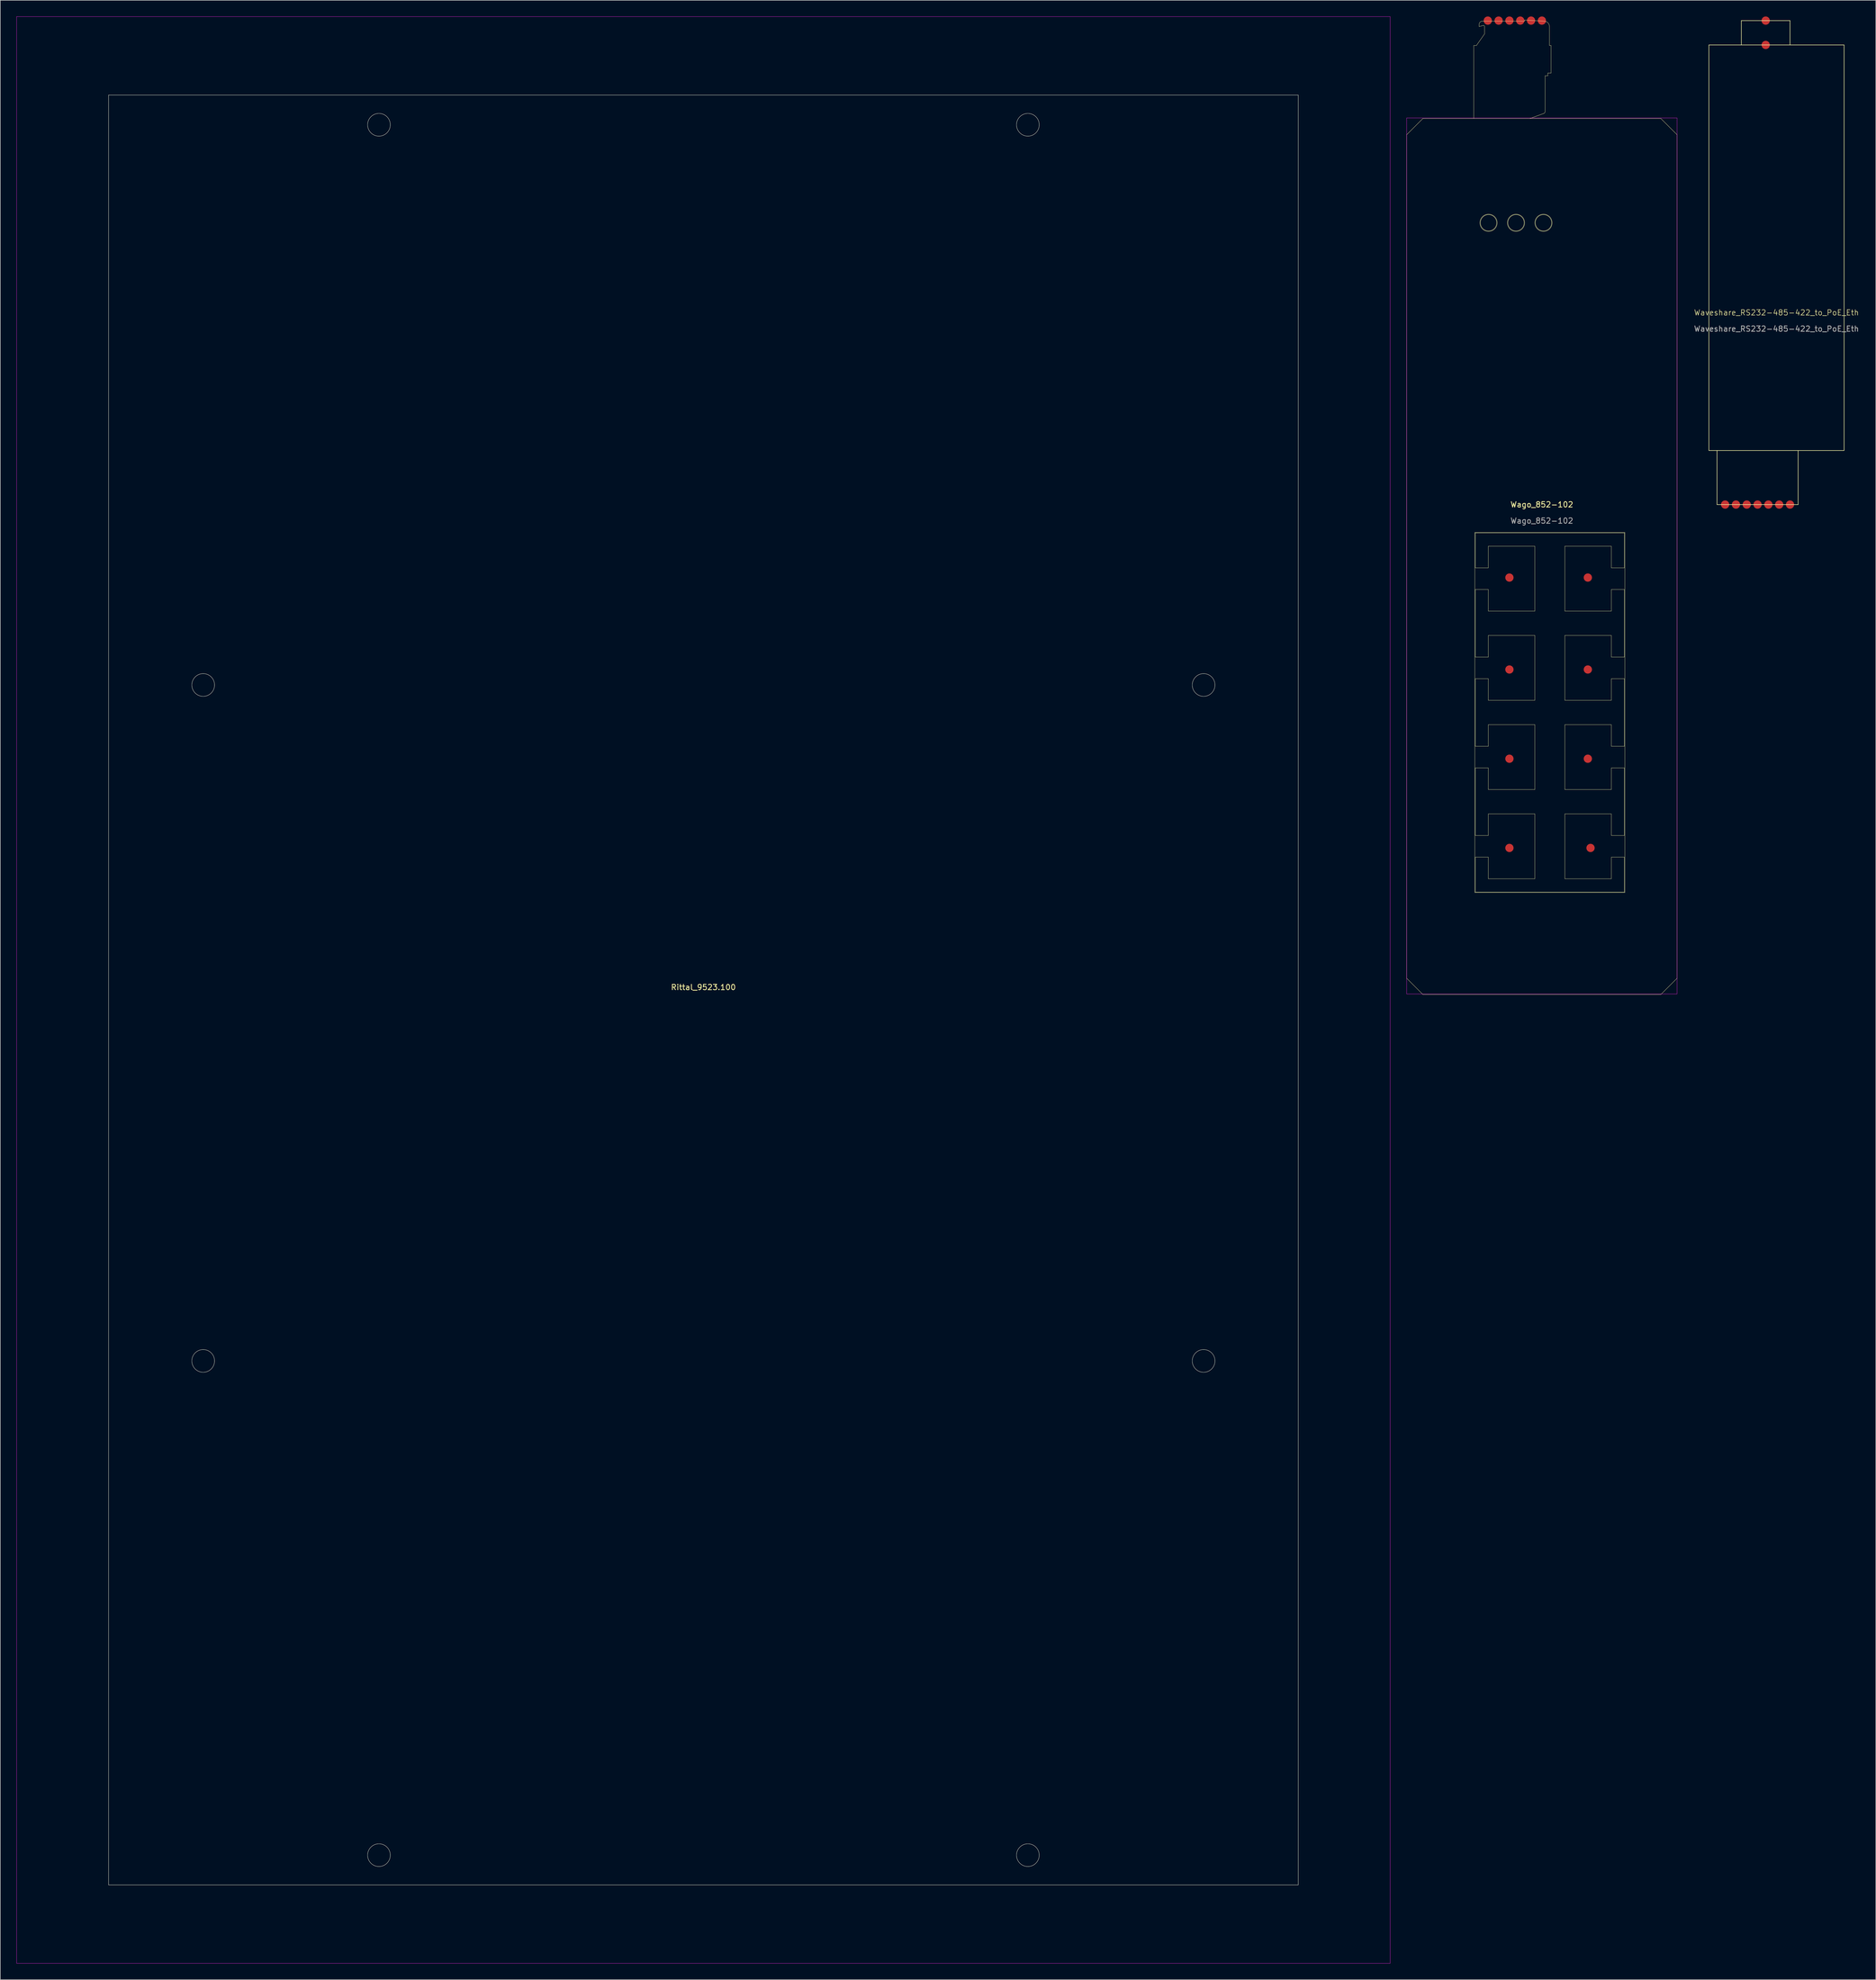
<source format=kicad_pcb>
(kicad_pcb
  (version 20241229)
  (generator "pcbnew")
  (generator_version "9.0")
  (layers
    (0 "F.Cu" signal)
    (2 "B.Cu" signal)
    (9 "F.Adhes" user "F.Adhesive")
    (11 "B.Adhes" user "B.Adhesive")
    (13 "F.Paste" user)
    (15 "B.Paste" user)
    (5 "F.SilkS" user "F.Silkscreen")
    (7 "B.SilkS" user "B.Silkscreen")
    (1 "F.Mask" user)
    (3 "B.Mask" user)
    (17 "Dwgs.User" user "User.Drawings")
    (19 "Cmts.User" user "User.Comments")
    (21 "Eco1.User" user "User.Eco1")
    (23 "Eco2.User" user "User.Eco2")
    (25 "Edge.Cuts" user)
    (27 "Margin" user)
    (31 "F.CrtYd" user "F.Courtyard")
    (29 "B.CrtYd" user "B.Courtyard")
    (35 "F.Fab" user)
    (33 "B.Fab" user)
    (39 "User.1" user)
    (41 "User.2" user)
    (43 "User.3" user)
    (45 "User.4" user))
  (footprint "Wago_852-102"
    (layer "F.Cu")
    (at 282.075 105.962)
    (property "Reference" "Wago_852-102" (at 0 -15.7 0) (unlocked yes) (layer "F.SilkS") (effects (font (size 1 1) (thickness 0.15))))
    (fp_line (start -25 -84.1) (end -25 71.9) (stroke (width 0.05) (type solid)) (layer "F.SilkS"))
    (fp_line (start -25 71.9) (end -22 74.9) (stroke (width 0.05) (type solid)) (layer "F.SilkS"))
    (fp_line (start -22 -87.1) (end -25 -84.1) (stroke (width 0.05) (type solid)) (layer "F.SilkS"))
    (fp_line (start -22 74.9) (end 22 74.9) (stroke (width 0.05) (type solid)) (layer "F.SilkS"))
    (fp_line (start -12.6 -100.6) (end -12.6 -87.1) (stroke (width 0.05) (type solid)) (layer "F.SilkS"))
    (fp_line (start -12.4 -10.555) (end -12.4 56.055) (stroke (width 0.05) (type solid)) (layer "F.SilkS"))
    (fp_line (start -12.4 56.055) (end 15.35 56.055) (stroke (width 0.05) (type solid)) (layer "F.SilkS"))
    (fp_line (start -12.3 -10.455) (end -12.3 -4) (stroke (width 0.05) (type solid)) (layer "F.SilkS"))
    (fp_line (start -12.3 0) (end -12.3 12.5) (stroke (width 0.05) (type solid)) (layer "F.SilkS"))
    (fp_line (start -12.3 0) (end -9.9 0) (stroke (width 0.05) (type solid)) (layer "F.SilkS"))
    (fp_line (start -12.3 16.5) (end -12.3 29) (stroke (width 0.05) (type solid)) (layer "F.SilkS"))
    (fp_line (start -12.3 16.5) (end -9.9 16.5) (stroke (width 0.05) (type solid)) (layer "F.SilkS"))
    (fp_line (start -12.3 33) (end -12.3 45.5) (stroke (width 0.05) (type solid)) (layer "F.SilkS"))
    (fp_line (start -12.3 33) (end -9.9 33) (stroke (width 0.05) (type solid)) (layer "F.SilkS"))
    (fp_line (start -12.3 49.5) (end -12.3 55.955) (stroke (width 0.05) (type solid)) (layer "F.SilkS"))
    (fp_line (start -12.3 49.5) (end -9.9 49.5) (stroke (width 0.05) (type solid)) (layer "F.SilkS"))
    (fp_line (start -12.3 55.955) (end 15.25 55.955) (stroke (width 0.05) (type solid)) (layer "F.SilkS"))
    (fp_line (start -12.1 -100.6) (end -12.6 -100.6) (stroke (width 0.05) (type solid)) (layer "F.SilkS"))
    (fp_line (start -11.6 -104.5) (end -11.6 -104.1) (stroke (width 0.05) (type solid)) (layer "F.SilkS"))
    (fp_line (start -11.6 -104.1) (end -10.852 -104.3) (stroke (width 0.05) (type solid)) (layer "F.SilkS"))
    (fp_line (start -10.6 -104.107) (end -10.6 -102.742) (stroke (width 0.05) (type solid)) (layer "F.SilkS"))
    (fp_line (start -10.6 -102.742) (end -12.1 -100.6) (stroke (width 0.05) (type solid)) (layer "F.SilkS"))
    (fp_line (start -9.9 -8) (end -9.9 -4) (stroke (width 0.05) (type solid)) (layer "F.SilkS"))
    (fp_line (start -9.9 -4) (end -12.3 -4) (stroke (width 0.05) (type solid)) (layer "F.SilkS"))
    (fp_line (start -9.9 0) (end -9.9 4) (stroke (width 0.05) (type solid)) (layer "F.SilkS"))
    (fp_line (start -9.9 4) (end -1.3 4) (stroke (width 0.05) (type solid)) (layer "F.SilkS"))
    (fp_line (start -9.9 8.5) (end -9.9 12.5) (stroke (width 0.05) (type solid)) (layer "F.SilkS"))
    (fp_line (start -9.9 12.5) (end -12.3 12.5) (stroke (width 0.05) (type solid)) (layer "F.SilkS"))
    (fp_line (start -9.9 16.5) (end -9.9 20.5) (stroke (width 0.05) (type solid)) (layer "F.SilkS"))
    (fp_line (start -9.9 20.5) (end -1.3 20.5) (stroke (width 0.05) (type solid)) (layer "F.SilkS"))
    (fp_line (start -9.9 25) (end -9.9 29) (stroke (width 0.05) (type solid)) (layer "F.SilkS"))
    (fp_line (start -9.9 29) (end -12.3 29) (stroke (width 0.05) (type solid)) (layer "F.SilkS"))
    (fp_line (start -9.9 33) (end -9.9 37) (stroke (width 0.05) (type solid)) (layer "F.SilkS"))
    (fp_line (start -9.9 37) (end -1.3 37) (stroke (width 0.05) (type solid)) (layer "F.SilkS"))
    (fp_line (start -9.9 41.5) (end -9.9 45.5) (stroke (width 0.05) (type solid)) (layer "F.SilkS"))
    (fp_line (start -9.9 45.5) (end -12.3 45.5) (stroke (width 0.05) (type solid)) (layer "F.SilkS"))
    (fp_line (start -9.9 49.5) (end -9.9 53.5) (stroke (width 0.05) (type solid)) (layer "F.SilkS"))
    (fp_line (start -9.9 53.5) (end -1.3 53.5) (stroke (width 0.05) (type solid)) (layer "F.SilkS"))
    (fp_line (start -3.2 -105.3) (end -3.2 -105.1) (stroke (width 0.05) (type solid)) (layer "F.SilkS"))
    (fp_line (start -3.2 -105.1) (end -11 -105.1) (stroke (width 0.05) (type solid)) (layer "F.SilkS"))
    (fp_line (start -2.2 -87.1) (end 0.337 -88.023) (stroke (width 0.05) (type solid)) (layer "F.SilkS"))
    (fp_line (start -1.3 -8) (end -9.9 -8) (stroke (width 0.05) (type solid)) (layer "F.SilkS"))
    (fp_line (start -1.3 4) (end -1.3 -8) (stroke (width 0.05) (type solid)) (layer "F.SilkS"))
    (fp_line (start -1.3 8.5) (end -9.9 8.5) (stroke (width 0.05) (type solid)) (layer "F.SilkS"))
    (fp_line (start -1.3 20.5) (end -1.3 8.5) (stroke (width 0.05) (type solid)) (layer "F.SilkS"))
    (fp_line (start -1.3 25) (end -9.9 25) (stroke (width 0.05) (type solid)) (layer "F.SilkS"))
    (fp_line (start -1.3 37) (end -1.3 25) (stroke (width 0.05) (type solid)) (layer "F.SilkS"))
    (fp_line (start -1.3 41.5) (end -9.9 41.5) (stroke (width 0.05) (type solid)) (layer "F.SilkS"))
    (fp_line (start -1.3 53.5) (end -1.3 41.5) (stroke (width 0.05) (type solid)) (layer "F.SilkS"))
    (fp_line (start 0.455 -105.098) (end -3.2 -105.3) (stroke (width 0.05) (type solid)) (layer "F.SilkS"))
    (fp_line (start 0.6 -95) (end 1.1 -95) (stroke (width 0.05) (type solid)) (layer "F.SilkS"))
    (fp_line (start 0.6 -88.399) (end 0.6 -95) (stroke (width 0.05) (type solid)) (layer "F.SilkS"))
    (fp_line (start 1.1 -95.5) (end 1.7 -95.5) (stroke (width 0.05) (type solid)) (layer "F.SilkS"))
    (fp_line (start 1.1 -95) (end 1.1 -95.5) (stroke (width 0.05) (type solid)) (layer "F.SilkS"))
    (fp_line (start 1.4 -100.6) (end 1.4 -104.1) (stroke (width 0.05) (type solid)) (layer "F.SilkS"))
    (fp_line (start 1.7 -100.6) (end 1.4 -100.6) (stroke (width 0.05) (type solid)) (layer "F.SilkS"))
    (fp_line (start 1.7 -95.5) (end 1.7 -100.6) (stroke (width 0.05) (type solid)) (layer "F.SilkS"))
    (fp_line (start 4.25 -8) (end 4.25 4) (stroke (width 0.05) (type solid)) (layer "F.SilkS"))
    (fp_line (start 4.25 4) (end 12.85 4) (stroke (width 0.05) (type solid)) (layer "F.SilkS"))
    (fp_line (start 4.25 8.5) (end 4.25 20.5) (stroke (width 0.05) (type solid)) (layer "F.SilkS"))
    (fp_line (start 4.25 20.5) (end 12.85 20.5) (stroke (width 0.05) (type solid)) (layer "F.SilkS"))
    (fp_line (start 4.25 25) (end 4.25 37) (stroke (width 0.05) (type solid)) (layer "F.SilkS"))
    (fp_line (start 4.25 37) (end 12.85 37) (stroke (width 0.05) (type solid)) (layer "F.SilkS"))
    (fp_line (start 4.25 41.5) (end 4.25 53.5) (stroke (width 0.05) (type solid)) (layer "F.SilkS"))
    (fp_line (start 4.25 53.5) (end 12.85 53.5) (stroke (width 0.05) (type solid)) (layer "F.SilkS"))
    (fp_line (start 12.85 -8) (end 4.25 -8) (stroke (width 0.05) (type solid)) (layer "F.SilkS"))
    (fp_line (start 12.85 -4) (end 12.85 -8) (stroke (width 0.05) (type solid)) (layer "F.SilkS"))
    (fp_line (start 12.85 0) (end 15.25 0) (stroke (width 0.05) (type solid)) (layer "F.SilkS"))
    (fp_line (start 12.85 4) (end 12.85 0) (stroke (width 0.05) (type solid)) (layer "F.SilkS"))
    (fp_line (start 12.85 8.5) (end 4.25 8.5) (stroke (width 0.05) (type solid)) (layer "F.SilkS"))
    (fp_line (start 12.85 12.5) (end 12.85 8.5) (stroke (width 0.05) (type solid)) (layer "F.SilkS"))
    (fp_line (start 12.85 16.5) (end 15.25 16.5) (stroke (width 0.05) (type solid)) (layer "F.SilkS"))
    (fp_line (start 12.85 20.5) (end 12.85 16.5) (stroke (width 0.05) (type solid)) (layer "F.SilkS"))
    (fp_line (start 12.85 25) (end 4.25 25) (stroke (width 0.05) (type solid)) (layer "F.SilkS"))
    (fp_line (start 12.85 29) (end 12.85 25) (stroke (width 0.05) (type solid)) (layer "F.SilkS"))
    (fp_line (start 12.85 33) (end 15.25 33) (stroke (width 0.05) (type solid)) (layer "F.SilkS"))
    (fp_line (start 12.85 37) (end 12.85 33) (stroke (width 0.05) (type solid)) (layer "F.SilkS"))
    (fp_line (start 12.85 41.5) (end 4.25 41.5) (stroke (width 0.05) (type solid)) (layer "F.SilkS"))
    (fp_line (start 12.85 45.5) (end 12.85 41.5) (stroke (width 0.05) (type solid)) (layer "F.SilkS"))
    (fp_line (start 12.85 49.5) (end 15.25 49.5) (stroke (width 0.05) (type solid)) (layer "F.SilkS"))
    (fp_line (start 12.85 53.5) (end 12.85 49.5) (stroke (width 0.05) (type solid)) (layer "F.SilkS"))
    (fp_line (start 15.25 -10.455) (end -12.3 -10.455) (stroke (width 0.05) (type solid)) (layer "F.SilkS"))
    (fp_line (start 15.25 -4) (end 12.85 -4) (stroke (width 0.05) (type solid)) (layer "F.SilkS"))
    (fp_line (start 15.25 -4) (end 15.25 -10.455) (stroke (width 0.05) (type solid)) (layer "F.SilkS"))
    (fp_line (start 15.25 12.5) (end 12.85 12.5) (stroke (width 0.05) (type solid)) (layer "F.SilkS"))
    (fp_line (start 15.25 12.5) (end 15.25 0) (stroke (width 0.05) (type solid)) (layer "F.SilkS"))
    (fp_line (start 15.25 29) (end 12.85 29) (stroke (width 0.05) (type solid)) (layer "F.SilkS"))
    (fp_line (start 15.25 29) (end 15.25 16.5) (stroke (width 0.05) (type solid)) (layer "F.SilkS"))
    (fp_line (start 15.25 45.5) (end 12.85 45.5) (stroke (width 0.05) (type solid)) (layer "F.SilkS"))
    (fp_line (start 15.25 45.5) (end 15.25 33) (stroke (width 0.05) (type solid)) (layer "F.SilkS"))
    (fp_line (start 15.25 55.955) (end 15.25 49.5) (stroke (width 0.05) (type solid)) (layer "F.SilkS"))
    (fp_line (start 15.35 -10.555) (end -12.4 -10.555) (stroke (width 0.05) (type solid)) (layer "F.SilkS"))
    (fp_line (start 15.35 56.055) (end 15.35 -10.555) (stroke (width 0.05) (type solid)) (layer "F.SilkS"))
    (fp_line (start 22 -87.1) (end -22 -87.1) (stroke (width 0.05) (type solid)) (layer "F.SilkS"))
    (fp_line (start 22 74.9) (end 25 71.9) (stroke (width 0.05) (type solid)) (layer "F.SilkS"))
    (fp_line (start 25 -84.1) (end 22 -87.1) (stroke (width 0.05) (type solid)) (layer "F.SilkS"))
    (fp_line (start 25 71.9) (end 25 -84.1) (stroke (width 0.05) (type solid)) (layer "F.SilkS"))
    (fp_arc (start -11.6 -104.5) (mid -11.424264 -104.924264) (end -11 -105.1) (stroke (width 0.05) (type solid)) (layer "F.SilkS"))
    (fp_arc (start -10.851764 -104.300185) (mid -10.678248 -104.265671) (end -10.6 -104.107) (stroke (width 0.05) (type solid)) (layer "F.SilkS"))
    (fp_arc (start 0.45505 -105.098484) (mid 1.126309 -104.787368) (end 1.4 -104.1) (stroke (width 0.05) (type solid)) (layer "F.SilkS"))
    (fp_arc (start 0.6 -88.399) (mid 0.527661 -88.169569) (end 0.336808 -88.023123) (stroke (width 0.05) (type solid)) (layer "F.SilkS"))
    (fp_circle (center -9.86 -67.81) (end -8.36 -67.81) (stroke (width 0.05) (type solid)) (fill no) (layer "F.SilkS"))
    (fp_circle (center -9.86 -67.81) (end -8.26 -67.81) (stroke (width 0.05) (type solid)) (fill no) (layer "F.SilkS"))
    (fp_circle (center -4.78 -67.81) (end -3.28 -67.81) (stroke (width 0.05) (type solid)) (fill no) (layer "F.SilkS"))
    (fp_circle (center -4.78 -67.81) (end -3.18 -67.81) (stroke (width 0.05) (type solid)) (fill no) (layer "F.SilkS"))
    (fp_circle (center 0.3 -67.81) (end 1.8 -67.81) (stroke (width 0.05) (type solid)) (fill no) (layer "F.SilkS"))
    (fp_circle (center 0.3 -67.81) (end 1.9 -67.81) (stroke (width 0.05) (type solid)) (fill no) (layer "F.SilkS"))
    (fp_rect (start -25 -87.2) (end 25 74.8) (stroke (width 0.05) (type solid)) (fill no) (layer "F.CrtYd"))
    (fp_text user "${REFERENCE}" (at 0 -12.7 0) (unlocked yes) (layer "F.Fab") (effects (font (size 1 1) (thickness 0.15))))
    (pad "1" smd circle (at -10 -105.2) (size 1.524 1.524) (layers "F.Cu" "F.Mask" "F.Paste"))
    (pad "2" smd circle (at -8 -105.2) (size 1.524 1.524) (layers "F.Cu" "F.Mask" "F.Paste"))
    (pad "3" smd circle (at -6 -105.2) (size 1.524 1.524) (layers "F.Cu" "F.Mask" "F.Paste"))
    (pad "4" smd circle (at -4 -105.2) (size 1.524 1.524) (layers "F.Cu" "F.Mask" "F.Paste"))
    (pad "5" smd circle (at -6 -2.2) (size 1.524 1.524) (layers "F.Cu" "F.Mask" "F.Paste"))
    (pad "6" smd circle (at 8.5 -2.2) (size 1.524 1.524) (layers "F.Cu" "F.Mask" "F.Paste"))
    (pad "7" smd circle (at -6 14.8) (size 1.524 1.524) (layers "F.Cu" "F.Mask" "F.Paste"))
    (pad "8" smd circle (at 8.5 14.8) (size 1.524 1.524) (layers "F.Cu" "F.Mask" "F.Paste"))
    (pad "9" smd circle (at -6 31.3) (size 1.524 1.524) (layers "F.Cu" "F.Mask" "F.Paste"))
    (pad "10" smd circle (at 8.5 31.3) (size 1.524 1.524) (layers "F.Cu" "F.Mask" "F.Paste"))
    (pad "11" smd circle (at -6 47.8) (size 1.524 1.524) (layers "F.Cu" "F.Mask" "F.Paste"))
    (pad "12" smd circle (at 9 47.8) (size 1.524 1.524) (layers "F.Cu" "F.Mask" "F.Paste"))
    (pad "13" smd circle (at -2 -105.2) (size 1.524 1.524) (layers "F.Cu" "F.Mask" "F.Paste"))
    (pad "14" smd circle (at 0 -105.2) (size 1.524 1.524) (layers "F.Cu" "F.Mask" "F.Paste")))
  (footprint "Rittal_9523.100"
    (layer "F.Cu")
    (at 127.025 180.025)
    (property "Reference" "Rittal_9523.100" (at 0 -0.5 0) (unlocked yes) (layer "F.SilkS") (effects (font (size 1 1) (thickness 0.15))))
    (fp_line (start -110 -165.5) (end -110 165.5) (stroke (width 0.05) (type solid)) (layer "F.SilkS"))
    (fp_line (start -110 165.5) (end 110 165.5) (stroke (width 0.05) (type solid)) (layer "F.SilkS"))
    (fp_line (start 110 -165.5) (end -110 -165.5) (stroke (width 0.05) (type solid)) (layer "F.SilkS"))
    (fp_line (start 110 165.5) (end 110 -165.5) (stroke (width 0.05) (type solid)) (layer "F.SilkS"))
    (fp_circle (center -92.5 -56.4) (end -90.4 -56.4) (stroke (width 0.05) (type solid)) (fill no) (layer "F.SilkS"))
    (fp_circle (center -92.5 68.6) (end -90.4 68.6) (stroke (width 0.05) (type solid)) (fill no) (layer "F.SilkS"))
    (fp_circle (center -60 -160) (end -57.9 -160) (stroke (width 0.05) (type solid)) (fill no) (layer "F.SilkS"))
    (fp_circle (center -60 160) (end -57.9 160) (stroke (width 0.05) (type solid)) (fill no) (layer "F.SilkS"))
    (fp_circle (center 60 -160) (end 62.1 -160) (stroke (width 0.05) (type solid)) (fill no) (layer "F.SilkS"))
    (fp_circle (center 60 160) (end 62.1 160) (stroke (width 0.05) (type solid)) (fill no) (layer "F.SilkS"))
    (fp_circle (center 92.5 -56.4) (end 94.6 -56.4) (stroke (width 0.05) (type solid)) (fill no) (layer "F.SilkS"))
    (fp_circle (center 92.5 68.6) (end 94.6 68.6) (stroke (width 0.05) (type solid)) (fill no) (layer "F.SilkS"))
    (fp_line (start -110 -165.5) (end -110 165.5) (stroke (width 0.05) (type solid)) (layer "Edge.Cuts"))
    (fp_line (start -110 165.5) (end 110 165.5) (stroke (width 0.05) (type solid)) (layer "Edge.Cuts"))
    (fp_line (start 110 -165.5) (end -110 -165.5) (stroke (width 0.05) (type solid)) (layer "Edge.Cuts"))
    (fp_line (start 110 165.5) (end 110 -165.5) (stroke (width 0.05) (type solid)) (layer "Edge.Cuts"))
    (fp_circle (center -92.5 -56.4) (end -90.4 -56.4) (stroke (width 0.05) (type solid)) (fill no) (layer "Edge.Cuts"))
    (fp_circle (center -92.5 68.6) (end -90.4 68.6) (stroke (width 0.05) (type solid)) (fill no) (layer "Edge.Cuts"))
    (fp_circle (center -60 -160) (end -57.9 -160) (stroke (width 0.05) (type solid)) (fill no) (layer "Edge.Cuts"))
    (fp_circle (center -60 160) (end -57.9 160) (stroke (width 0.05) (type solid)) (fill no) (layer "Edge.Cuts"))
    (fp_circle (center 60 -160) (end 62.1 -160) (stroke (width 0.05) (type solid)) (fill no) (layer "Edge.Cuts"))
    (fp_circle (center 60 160) (end 62.1 160) (stroke (width 0.05) (type solid)) (fill no) (layer "Edge.Cuts"))
    (fp_circle (center 92.5 -56.4) (end 94.6 -56.4) (stroke (width 0.05) (type solid)) (fill no) (layer "Edge.Cuts"))
    (fp_circle (center 92.5 68.6) (end 94.6 68.6) (stroke (width 0.05) (type solid)) (fill no) (layer "Edge.Cuts"))
    (fp_rect (start -127 180) (end 127 -180) (stroke (width 0.05) (type solid)) (fill no) (layer "F.CrtYd")))
  (footprint "Waveshare_RS232-485-422_to_PoE_Eth"
    (layer "F.Cu")
    (at 325.463 55.262)
    (property "Reference" "Waveshare_RS232-485-422_to_PoE_Eth" (at 0 -0.5 0) (unlocked yes) (layer "F.SilkS") (effects (font (size 1 1) (thickness 0.1))))
    (attr smd)
    (fp_line (start -11 25) (end -11 35) (stroke (width 0.1) (type default)) (layer "F.SilkS"))
    (fp_line (start -11 35) (end 4 35) (stroke (width 0.1) (type default)) (layer "F.SilkS"))
    (fp_line (start 4 35) (end 4 25) (stroke (width 0.1) (type default)) (layer "F.SilkS"))
    (fp_rect (start -12.5 25) (end 12.5 -50) (stroke (width 0.1) (type default)) (fill no) (layer "F.SilkS"))
    (fp_rect (start -6.5 -54.5) (end 2.5 -54.5) (stroke (width 0.1) (type default)) (fill no) (layer "F.SilkS"))
    (fp_rect (start -6.5 -50) (end -6.5 -54.5) (stroke (width 0.1) (type default)) (fill no) (layer "F.SilkS"))
    (fp_rect (start 2.5 -54.5) (end 2.5 -50) (stroke (width 0.1) (type default)) (fill no) (layer "F.SilkS"))
    (fp_text user "${REFERENCE}" (at 0 2.5 0) (unlocked yes) (layer "F.Fab") (effects (font (size 1 1) (thickness 0.15))))
    (pad "1" smd circle (at -9.5 35) (size 1.524 1.524) (layers "F.Cu" "F.Mask" "F.Paste"))
    (pad "2" smd circle (at -7.5 35) (size 1.524 1.524) (layers "F.Cu" "F.Mask" "F.Paste"))
    (pad "3" smd circle (at -5.5 35) (size 1.524 1.524) (layers "F.Cu" "F.Mask" "F.Paste"))
    (pad "4" smd circle (at -3.5 35) (size 1.524 1.524) (layers "F.Cu" "F.Mask" "F.Paste"))
    (pad "5" smd circle (at -1.5 35) (size 1.524 1.524) (layers "F.Cu" "F.Mask" "F.Paste"))
    (pad "6" smd circle (at 0.5 35) (size 1.524 1.524) (layers "F.Cu" "F.Mask" "F.Paste"))
    (pad "7" smd circle (at 2.5 35) (size 1.524 1.524) (layers "F.Cu" "F.Mask" "F.Paste"))
    (pad "8" smd circle (at -2 -50) (size 1.524 1.524) (layers "F.Cu" "F.Mask" "F.Paste"))
    (pad "9" smd circle (at -2 -54.5) (size 1.524 1.524) (layers "F.Cu" "F.Mask" "F.Paste")))
  (gr_rect
    (start -3 -3)
    (end 343.826 363.05)
    (stroke (width 0.1) (type default))
    (fill no)
    (layer "Edge.Cuts")))
</source>
